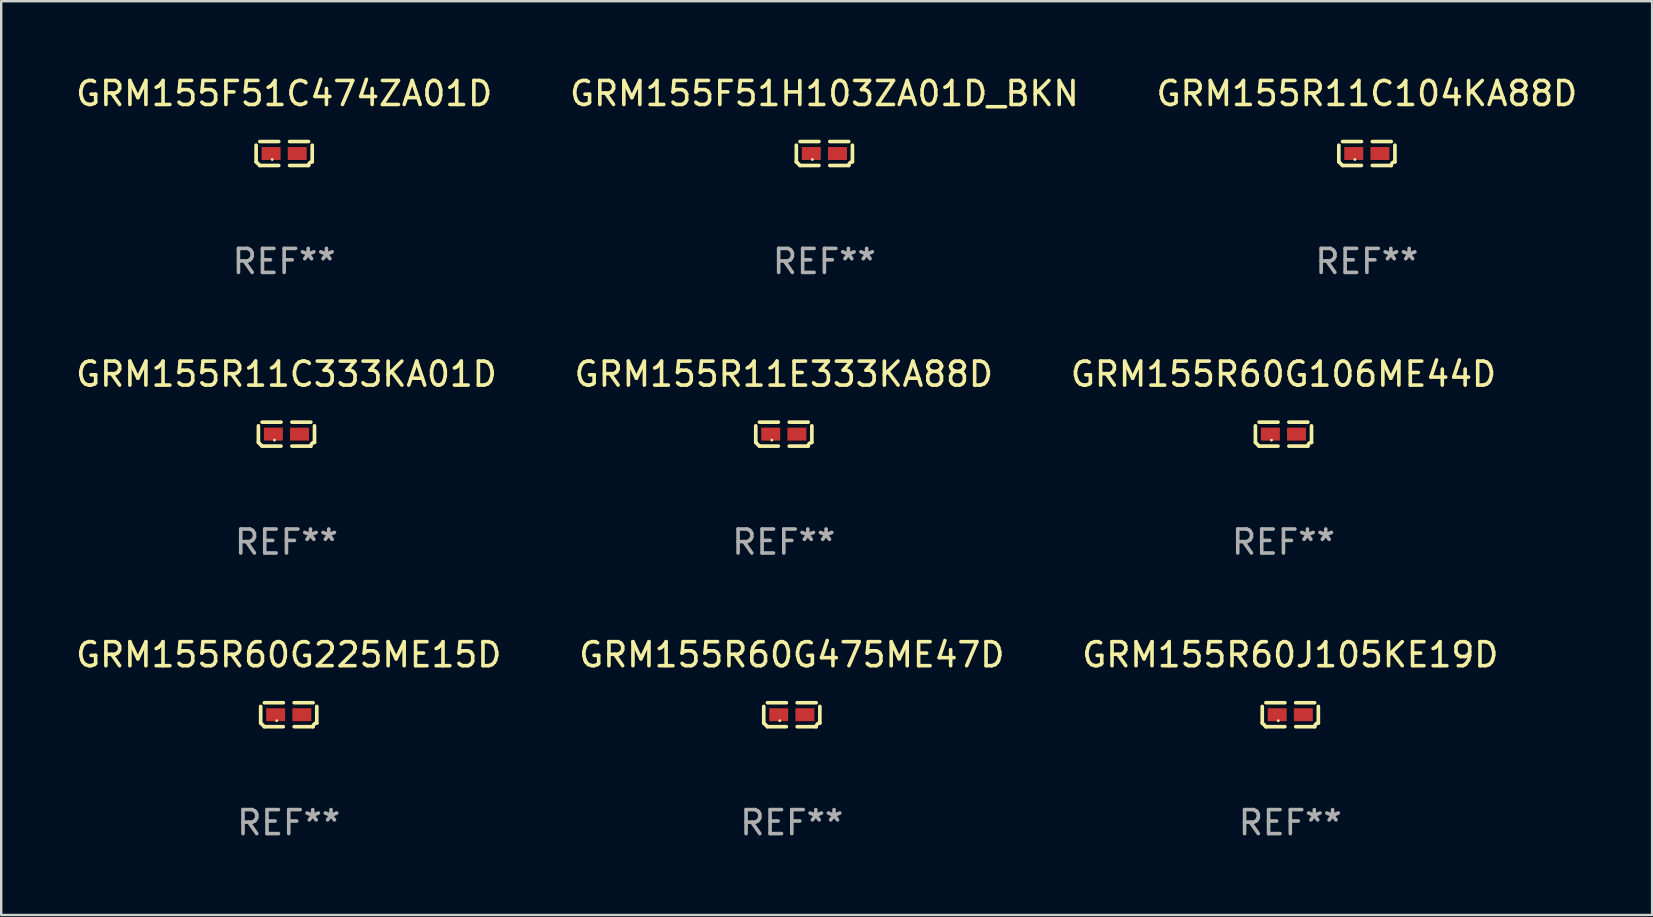
<source format=kicad_pcb>
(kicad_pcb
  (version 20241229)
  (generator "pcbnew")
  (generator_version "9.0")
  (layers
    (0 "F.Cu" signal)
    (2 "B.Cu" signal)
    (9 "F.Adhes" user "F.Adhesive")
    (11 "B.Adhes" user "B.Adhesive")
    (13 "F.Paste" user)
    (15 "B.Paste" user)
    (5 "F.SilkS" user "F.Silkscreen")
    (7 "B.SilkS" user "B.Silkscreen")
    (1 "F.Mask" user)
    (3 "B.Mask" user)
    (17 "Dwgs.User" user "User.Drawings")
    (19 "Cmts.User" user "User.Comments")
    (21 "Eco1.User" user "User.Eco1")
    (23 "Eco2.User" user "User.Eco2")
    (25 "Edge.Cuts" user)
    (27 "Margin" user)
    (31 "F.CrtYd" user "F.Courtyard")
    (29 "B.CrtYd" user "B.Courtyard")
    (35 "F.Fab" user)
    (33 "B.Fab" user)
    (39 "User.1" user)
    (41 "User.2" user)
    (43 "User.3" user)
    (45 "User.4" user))
  (footprint "GRM155F51C474ZA01D"
    (layer "F.Cu")
    (at 8.792 3.347)
    (property "Reference" "GRM155F51C474ZA01D" (at 0 -2.499 0) (layer "F.SilkS") (effects (font (size 1 1) (thickness 0.15))))
    (attr through_hole)
    (fp_line (start -1.169 0.346) (end -1.169 -0.346) (stroke (width 0.152) (type solid)) (layer "F.SilkS"))
    (fp_line (start -1.016 -0.499) (end -0.226 -0.499) (stroke (width 0.152) (type solid)) (layer "F.SilkS"))
    (fp_line (start -0.226 0.499) (end -1.016 0.499) (stroke (width 0.152) (type solid)) (layer "F.SilkS"))
    (fp_line (start 0.226 0.499) (end 1.016 0.499) (stroke (width 0.152) (type solid)) (layer "F.SilkS"))
    (fp_line (start 1.016 -0.499) (end 0.226 -0.499) (stroke (width 0.152) (type solid)) (layer "F.SilkS"))
    (fp_line (start 1.169 0.346) (end 1.169 -0.346) (stroke (width 0.152) (type solid)) (layer "F.SilkS"))
    (fp_arc (start -1.016307 0.498603) (mid -1.092512 0.422405) (end -1.16871 0.3462) (stroke (width 0.1524) (type solid)) (layer "F.SilkS"))
    (fp_arc (start 1.016307 0.498603) (mid 1.060899 0.390758) (end 1.168707 0.346076) (stroke (width 0.1524) (type solid)) (layer "F.SilkS"))
    (fp_circle (center -0.5 0.25) (end -0.47 0.25) (stroke (width 0.06) (type solid)) (fill no) (layer "F.SilkS"))
    (fp_text user "REF**" (at 0 4.499 0) (layer "F.Fab") (effects (font (size 1 1) (thickness 0.15))))
    (pad "1" smd rect (at -0.545 0) (size 0.79 0.54) (layers "F.Cu" "F.Mask" "F.Paste"))
    (pad "2" smd rect (at 0.545 0) (size 0.79 0.54) (layers "F.Cu" "F.Mask" "F.Paste")))
  (footprint "GRM155R11C333KA01D"
    (layer "F.Cu")
    (at 8.887 15.041)
    (property "Reference" "GRM155R11C333KA01D" (at 0 -2.499 0) (layer "F.SilkS") (effects (font (size 1 1) (thickness 0.15))))
    (attr through_hole)
    (fp_line (start -1.169 0.346) (end -1.169 -0.346) (stroke (width 0.152) (type solid)) (layer "F.SilkS"))
    (fp_line (start -1.016 -0.499) (end -0.226 -0.499) (stroke (width 0.152) (type solid)) (layer "F.SilkS"))
    (fp_line (start -0.226 0.499) (end -1.016 0.499) (stroke (width 0.152) (type solid)) (layer "F.SilkS"))
    (fp_line (start 0.226 0.499) (end 1.016 0.499) (stroke (width 0.152) (type solid)) (layer "F.SilkS"))
    (fp_line (start 1.016 -0.499) (end 0.226 -0.499) (stroke (width 0.152) (type solid)) (layer "F.SilkS"))
    (fp_line (start 1.169 0.346) (end 1.169 -0.346) (stroke (width 0.152) (type solid)) (layer "F.SilkS"))
    (fp_arc (start -1.016307 0.498603) (mid -1.092512 0.422405) (end -1.16871 0.3462) (stroke (width 0.1524) (type solid)) (layer "F.SilkS"))
    (fp_arc (start 1.016307 0.498603) (mid 1.060899 0.390758) (end 1.168707 0.346076) (stroke (width 0.1524) (type solid)) (layer "F.SilkS"))
    (fp_circle (center -0.5 0.25) (end -0.47 0.25) (stroke (width 0.06) (type solid)) (fill no) (layer "F.SilkS"))
    (fp_text user "REF**" (at 0 4.499 0) (layer "F.Fab") (effects (font (size 1 1) (thickness 0.15))))
    (pad "1" smd rect (at -0.545 0) (size 0.79 0.54) (layers "F.Cu" "F.Mask" "F.Paste"))
    (pad "2" smd rect (at 0.545 0) (size 0.79 0.54) (layers "F.Cu" "F.Mask" "F.Paste")))
  (footprint "GRM155R60J105KE19D"
    (layer "F.Cu")
    (at 50.72 26.734)
    (property "Reference" "GRM155R60J105KE19D" (at 0 -2.499 0) (layer "F.SilkS") (effects (font (size 1 1) (thickness 0.15))))
    (attr through_hole)
    (fp_line (start -1.169 0.346) (end -1.169 -0.346) (stroke (width 0.152) (type solid)) (layer "F.SilkS"))
    (fp_line (start -1.016 -0.499) (end -0.226 -0.499) (stroke (width 0.152) (type solid)) (layer "F.SilkS"))
    (fp_line (start -0.226 0.499) (end -1.016 0.499) (stroke (width 0.152) (type solid)) (layer "F.SilkS"))
    (fp_line (start 0.226 0.499) (end 1.016 0.499) (stroke (width 0.152) (type solid)) (layer "F.SilkS"))
    (fp_line (start 1.016 -0.499) (end 0.226 -0.499) (stroke (width 0.152) (type solid)) (layer "F.SilkS"))
    (fp_line (start 1.169 0.346) (end 1.169 -0.346) (stroke (width 0.152) (type solid)) (layer "F.SilkS"))
    (fp_arc (start -1.016307 0.498603) (mid -1.092512 0.422405) (end -1.16871 0.3462) (stroke (width 0.1524) (type solid)) (layer "F.SilkS"))
    (fp_arc (start 1.016307 0.498603) (mid 1.060899 0.390758) (end 1.168707 0.346076) (stroke (width 0.1524) (type solid)) (layer "F.SilkS"))
    (fp_circle (center -0.5 0.25) (end -0.47 0.25) (stroke (width 0.06) (type solid)) (fill no) (layer "F.SilkS"))
    (fp_text user "REF**" (at 0 4.499 0) (layer "F.Fab") (effects (font (size 1 1) (thickness 0.15))))
    (pad "1" smd rect (at -0.545 0) (size 0.79 0.54) (layers "F.Cu" "F.Mask" "F.Paste"))
    (pad "2" smd rect (at 0.545 0) (size 0.79 0.54) (layers "F.Cu" "F.Mask" "F.Paste")))
  (footprint "GRM155R11C104KA88D"
    (layer "F.Cu")
    (at 53.911 3.347)
    (property "Reference" "GRM155R11C104KA88D" (at 0 -2.499 0) (layer "F.SilkS") (effects (font (size 1 1) (thickness 0.15))))
    (attr through_hole)
    (fp_line (start -1.169 0.346) (end -1.169 -0.346) (stroke (width 0.152) (type solid)) (layer "F.SilkS"))
    (fp_line (start -1.016 -0.499) (end -0.226 -0.499) (stroke (width 0.152) (type solid)) (layer "F.SilkS"))
    (fp_line (start -0.226 0.499) (end -1.016 0.499) (stroke (width 0.152) (type solid)) (layer "F.SilkS"))
    (fp_line (start 0.226 0.499) (end 1.016 0.499) (stroke (width 0.152) (type solid)) (layer "F.SilkS"))
    (fp_line (start 1.016 -0.499) (end 0.226 -0.499) (stroke (width 0.152) (type solid)) (layer "F.SilkS"))
    (fp_line (start 1.169 0.346) (end 1.169 -0.346) (stroke (width 0.152) (type solid)) (layer "F.SilkS"))
    (fp_arc (start -1.016307 0.498603) (mid -1.092512 0.422405) (end -1.16871 0.3462) (stroke (width 0.1524) (type solid)) (layer "F.SilkS"))
    (fp_arc (start 1.016307 0.498603) (mid 1.060899 0.390758) (end 1.168707 0.346076) (stroke (width 0.1524) (type solid)) (layer "F.SilkS"))
    (fp_circle (center -0.5 0.25) (end -0.47 0.25) (stroke (width 0.06) (type solid)) (fill no) (layer "F.SilkS"))
    (fp_text user "REF**" (at 0 4.499 0) (layer "F.Fab") (effects (font (size 1 1) (thickness 0.15))))
    (pad "1" smd rect (at -0.545 0) (size 0.79 0.54) (layers "F.Cu" "F.Mask" "F.Paste"))
    (pad "2" smd rect (at 0.545 0) (size 0.79 0.54) (layers "F.Cu" "F.Mask" "F.Paste")))
  (footprint "GRM155R60G225ME15D"
    (layer "F.Cu")
    (at 8.982 26.734)
    (property "Reference" "GRM155R60G225ME15D" (at 0 -2.499 0) (layer "F.SilkS") (effects (font (size 1 1) (thickness 0.15))))
    (attr through_hole)
    (fp_line (start -1.169 0.346) (end -1.169 -0.346) (stroke (width 0.152) (type solid)) (layer "F.SilkS"))
    (fp_line (start -1.016 -0.499) (end -0.226 -0.499) (stroke (width 0.152) (type solid)) (layer "F.SilkS"))
    (fp_line (start -0.226 0.499) (end -1.016 0.499) (stroke (width 0.152) (type solid)) (layer "F.SilkS"))
    (fp_line (start 0.226 0.499) (end 1.016 0.499) (stroke (width 0.152) (type solid)) (layer "F.SilkS"))
    (fp_line (start 1.016 -0.499) (end 0.226 -0.499) (stroke (width 0.152) (type solid)) (layer "F.SilkS"))
    (fp_line (start 1.169 0.346) (end 1.169 -0.346) (stroke (width 0.152) (type solid)) (layer "F.SilkS"))
    (fp_arc (start -1.016307 0.498603) (mid -1.092512 0.422405) (end -1.16871 0.3462) (stroke (width 0.1524) (type solid)) (layer "F.SilkS"))
    (fp_arc (start 1.016307 0.498603) (mid 1.060899 0.390758) (end 1.168707 0.346076) (stroke (width 0.1524) (type solid)) (layer "F.SilkS"))
    (fp_circle (center -0.5 0.25) (end -0.47 0.25) (stroke (width 0.06) (type solid)) (fill no) (layer "F.SilkS"))
    (fp_text user "REF**" (at 0 4.499 0) (layer "F.Fab") (effects (font (size 1 1) (thickness 0.15))))
    (pad "1" smd rect (at -0.545 0) (size 0.79 0.54) (layers "F.Cu" "F.Mask" "F.Paste"))
    (pad "2" smd rect (at 0.545 0) (size 0.79 0.54) (layers "F.Cu" "F.Mask" "F.Paste")))
  (footprint "GRM155F51H103ZA01D_BKN"
    (layer "F.Cu")
    (at 31.304 3.347)
    (property "Reference" "GRM155F51H103ZA01D_BKN" (at 0 -2.499 0) (layer "F.SilkS") (effects (font (size 1 1) (thickness 0.15))))
    (attr through_hole)
    (fp_line (start -1.169 0.346) (end -1.169 -0.346) (stroke (width 0.152) (type solid)) (layer "F.SilkS"))
    (fp_line (start -1.016 -0.499) (end -0.226 -0.499) (stroke (width 0.152) (type solid)) (layer "F.SilkS"))
    (fp_line (start -0.226 0.499) (end -1.016 0.499) (stroke (width 0.152) (type solid)) (layer "F.SilkS"))
    (fp_line (start 0.226 0.499) (end 1.016 0.499) (stroke (width 0.152) (type solid)) (layer "F.SilkS"))
    (fp_line (start 1.016 -0.499) (end 0.226 -0.499) (stroke (width 0.152) (type solid)) (layer "F.SilkS"))
    (fp_line (start 1.169 0.346) (end 1.169 -0.346) (stroke (width 0.152) (type solid)) (layer "F.SilkS"))
    (fp_arc (start -1.016307 0.498603) (mid -1.092512 0.422405) (end -1.16871 0.3462) (stroke (width 0.1524) (type solid)) (layer "F.SilkS"))
    (fp_arc (start 1.016307 0.498603) (mid 1.060899 0.390758) (end 1.168707 0.346076) (stroke (width 0.1524) (type solid)) (layer "F.SilkS"))
    (fp_circle (center -0.5 0.25) (end -0.47 0.25) (stroke (width 0.06) (type solid)) (fill no) (layer "F.SilkS"))
    (fp_text user "REF**" (at 0 4.499 0) (layer "F.Fab") (effects (font (size 1 1) (thickness 0.15))))
    (pad "1" smd rect (at -0.545 0) (size 0.79 0.54) (layers "F.Cu" "F.Mask" "F.Paste"))
    (pad "2" smd rect (at 0.545 0) (size 0.79 0.54) (layers "F.Cu" "F.Mask" "F.Paste")))
  (footprint "GRM155R60G475ME47D"
    (layer "F.Cu")
    (at 29.946 26.734)
    (property "Reference" "GRM155R60G475ME47D" (at 0 -2.499 0) (layer "F.SilkS") (effects (font (size 1 1) (thickness 0.15))))
    (attr through_hole)
    (fp_line (start -1.169 0.346) (end -1.169 -0.346) (stroke (width 0.152) (type solid)) (layer "F.SilkS"))
    (fp_line (start -1.016 -0.499) (end -0.226 -0.499) (stroke (width 0.152) (type solid)) (layer "F.SilkS"))
    (fp_line (start -0.226 0.499) (end -1.016 0.499) (stroke (width 0.152) (type solid)) (layer "F.SilkS"))
    (fp_line (start 0.226 0.499) (end 1.016 0.499) (stroke (width 0.152) (type solid)) (layer "F.SilkS"))
    (fp_line (start 1.016 -0.499) (end 0.226 -0.499) (stroke (width 0.152) (type solid)) (layer "F.SilkS"))
    (fp_line (start 1.169 0.346) (end 1.169 -0.346) (stroke (width 0.152) (type solid)) (layer "F.SilkS"))
    (fp_arc (start -1.016307 0.498603) (mid -1.092512 0.422405) (end -1.16871 0.3462) (stroke (width 0.1524) (type solid)) (layer "F.SilkS"))
    (fp_arc (start 1.016307 0.498603) (mid 1.060899 0.390758) (end 1.168707 0.346076) (stroke (width 0.1524) (type solid)) (layer "F.SilkS"))
    (fp_circle (center -0.5 0.25) (end -0.47 0.25) (stroke (width 0.06) (type solid)) (fill no) (layer "F.SilkS"))
    (fp_text user "REF**" (at 0 4.499 0) (layer "F.Fab") (effects (font (size 1 1) (thickness 0.15))))
    (pad "1" smd rect (at -0.545 0) (size 0.79 0.54) (layers "F.Cu" "F.Mask" "F.Paste"))
    (pad "2" smd rect (at 0.545 0) (size 0.79 0.54) (layers "F.Cu" "F.Mask" "F.Paste")))
  (footprint "GRM155R60G106ME44D"
    (layer "F.Cu")
    (at 50.435 15.041)
    (property "Reference" "GRM155R60G106ME44D" (at 0 -2.499 0) (layer "F.SilkS") (effects (font (size 1 1) (thickness 0.15))))
    (attr through_hole)
    (fp_line (start -1.169 0.346) (end -1.169 -0.346) (stroke (width 0.152) (type solid)) (layer "F.SilkS"))
    (fp_line (start -1.016 -0.499) (end -0.226 -0.499) (stroke (width 0.152) (type solid)) (layer "F.SilkS"))
    (fp_line (start -0.226 0.499) (end -1.016 0.499) (stroke (width 0.152) (type solid)) (layer "F.SilkS"))
    (fp_line (start 0.226 0.499) (end 1.016 0.499) (stroke (width 0.152) (type solid)) (layer "F.SilkS"))
    (fp_line (start 1.016 -0.499) (end 0.226 -0.499) (stroke (width 0.152) (type solid)) (layer "F.SilkS"))
    (fp_line (start 1.169 0.346) (end 1.169 -0.346) (stroke (width 0.152) (type solid)) (layer "F.SilkS"))
    (fp_arc (start -1.016307 0.498603) (mid -1.092512 0.422405) (end -1.16871 0.3462) (stroke (width 0.1524) (type solid)) (layer "F.SilkS"))
    (fp_arc (start 1.016307 0.498603) (mid 1.060899 0.390758) (end 1.168707 0.346076) (stroke (width 0.1524) (type solid)) (layer "F.SilkS"))
    (fp_circle (center -0.5 0.25) (end -0.47 0.25) (stroke (width 0.06) (type solid)) (fill no) (layer "F.SilkS"))
    (fp_text user "REF**" (at 0 4.499 0) (layer "F.Fab") (effects (font (size 1 1) (thickness 0.15))))
    (pad "1" smd rect (at -0.545 0) (size 0.79 0.54) (layers "F.Cu" "F.Mask" "F.Paste"))
    (pad "2" smd rect (at 0.545 0) (size 0.79 0.54) (layers "F.Cu" "F.Mask" "F.Paste")))
  (footprint "GRM155R11E333KA88D"
    (layer "F.Cu")
    (at 29.613 15.041)
    (property "Reference" "GRM155R11E333KA88D" (at 0 -2.499 0) (layer "F.SilkS") (effects (font (size 1 1) (thickness 0.15))))
    (attr through_hole)
    (fp_line (start -1.169 0.346) (end -1.169 -0.346) (stroke (width 0.152) (type solid)) (layer "F.SilkS"))
    (fp_line (start -1.016 -0.499) (end -0.226 -0.499) (stroke (width 0.152) (type solid)) (layer "F.SilkS"))
    (fp_line (start -0.226 0.499) (end -1.016 0.499) (stroke (width 0.152) (type solid)) (layer "F.SilkS"))
    (fp_line (start 0.226 0.499) (end 1.016 0.499) (stroke (width 0.152) (type solid)) (layer "F.SilkS"))
    (fp_line (start 1.016 -0.499) (end 0.226 -0.499) (stroke (width 0.152) (type solid)) (layer "F.SilkS"))
    (fp_line (start 1.169 0.346) (end 1.169 -0.346) (stroke (width 0.152) (type solid)) (layer "F.SilkS"))
    (fp_arc (start -1.016307 0.498603) (mid -1.092512 0.422405) (end -1.16871 0.3462) (stroke (width 0.1524) (type solid)) (layer "F.SilkS"))
    (fp_arc (start 1.016307 0.498603) (mid 1.060899 0.390758) (end 1.168707 0.346076) (stroke (width 0.1524) (type solid)) (layer "F.SilkS"))
    (fp_circle (center -0.5 0.25) (end -0.47 0.25) (stroke (width 0.06) (type solid)) (fill no) (layer "F.SilkS"))
    (fp_text user "REF**" (at 0 4.499 0) (layer "F.Fab") (effects (font (size 1 1) (thickness 0.15))))
    (pad "1" smd rect (at -0.545 0) (size 0.79 0.54) (layers "F.Cu" "F.Mask" "F.Paste"))
    (pad "2" smd rect (at 0.545 0) (size 0.79 0.54) (layers "F.Cu" "F.Mask" "F.Paste")))
  (gr_rect
    (start -3 -3)
    (end 65.798 35.081)
    (stroke (width 0.1) (type default))
    (fill no)
    (layer "Edge.Cuts")))
</source>
